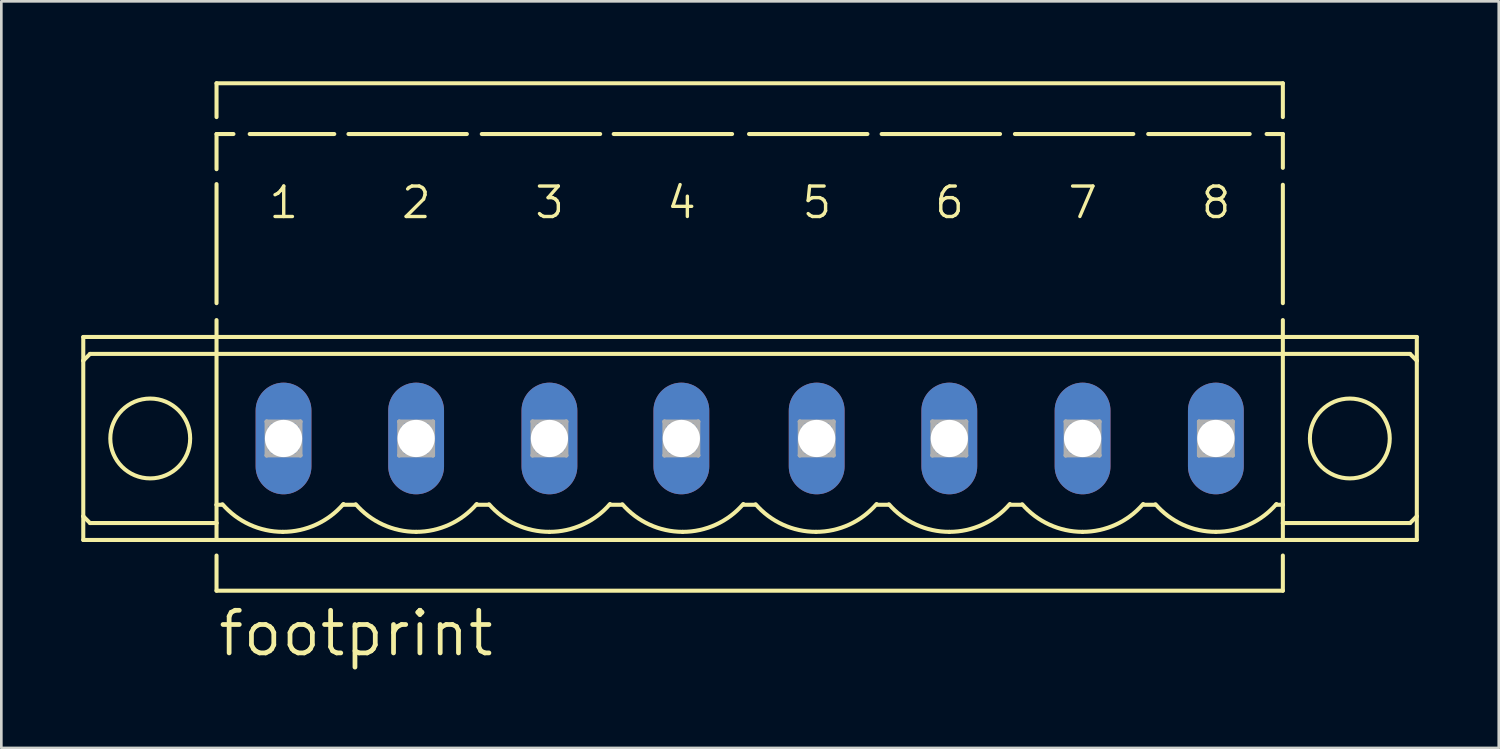
<source format=kicad_pcb>
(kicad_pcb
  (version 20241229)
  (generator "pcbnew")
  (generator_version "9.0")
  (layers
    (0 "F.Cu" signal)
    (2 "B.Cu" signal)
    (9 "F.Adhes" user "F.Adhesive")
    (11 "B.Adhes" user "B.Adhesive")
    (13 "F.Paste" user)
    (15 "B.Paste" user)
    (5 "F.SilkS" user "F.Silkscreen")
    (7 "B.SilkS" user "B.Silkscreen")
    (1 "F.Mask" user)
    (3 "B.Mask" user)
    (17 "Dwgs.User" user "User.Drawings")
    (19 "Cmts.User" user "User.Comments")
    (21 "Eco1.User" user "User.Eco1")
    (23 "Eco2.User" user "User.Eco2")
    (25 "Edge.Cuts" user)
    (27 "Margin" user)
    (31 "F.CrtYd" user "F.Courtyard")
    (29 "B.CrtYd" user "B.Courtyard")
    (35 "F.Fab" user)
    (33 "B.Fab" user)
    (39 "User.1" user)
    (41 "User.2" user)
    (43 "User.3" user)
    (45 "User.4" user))
  (footprint "footprint"
    (layer "F.Cu")
    (at 25.094 13.411)
    (property "Reference" "footprint" (at -20.04 8.255 0) (layer "F.SilkS") (effects (font (size 1.6 1.6) (thickness 0.178)) (justify left bottom)))
    (fp_line (start -25.018 -2.921) (end -25.018 -3.81) (stroke (width 0.152) (type solid)) (layer "F.SilkS"))
    (fp_line (start -25.018 -2.921) (end -25.018 2.921) (stroke (width 0.152) (type solid)) (layer "F.SilkS"))
    (fp_line (start -25.018 2.921) (end -25.018 3.81) (stroke (width 0.152) (type solid)) (layer "F.SilkS"))
    (fp_line (start -24.764 -3.175) (end -25.018 -2.921) (stroke (width 0.152) (type solid)) (layer "F.SilkS"))
    (fp_line (start -24.764 -3.175) (end -20.015 -3.175) (stroke (width 0.152) (type solid)) (layer "F.SilkS"))
    (fp_line (start -24.764 3.175) (end -25.018 2.921) (stroke (width 0.152) (type solid)) (layer "F.SilkS"))
    (fp_line (start -20.015 -13.335) (end -20.015 -12.065) (stroke (width 0.152) (type solid)) (layer "F.SilkS"))
    (fp_line (start -20.015 -11.43) (end -20.015 -10.109) (stroke (width 0.152) (type solid)) (layer "F.SilkS"))
    (fp_line (start -20.015 -11.43) (end -19.38 -11.43) (stroke (width 0.152) (type solid)) (layer "F.SilkS"))
    (fp_line (start -20.015 -9.55) (end -20.015 -5.08) (stroke (width 0.152) (type solid)) (layer "F.SilkS"))
    (fp_line (start -20.015 -4.445) (end -20.015 -3.81) (stroke (width 0.152) (type solid)) (layer "F.SilkS"))
    (fp_line (start -20.015 -3.81) (end -25.018 -3.81) (stroke (width 0.152) (type solid)) (layer "F.SilkS"))
    (fp_line (start -20.015 -3.81) (end -20.015 -3.175) (stroke (width 0.152) (type solid)) (layer "F.SilkS"))
    (fp_line (start -20.015 -3.81) (end 20.016 -3.81) (stroke (width 0.152) (type solid)) (layer "F.SilkS"))
    (fp_line (start -20.015 -3.175) (end -20.015 2.489) (stroke (width 0.152) (type solid)) (layer "F.SilkS"))
    (fp_line (start -20.015 -3.175) (end 20.016 -3.175) (stroke (width 0.152) (type solid)) (layer "F.SilkS"))
    (fp_line (start -20.015 2.489) (end -20.015 3.175) (stroke (width 0.152) (type solid)) (layer "F.SilkS"))
    (fp_line (start -20.015 2.489) (end -19.811 2.489) (stroke (width 0.152) (type solid)) (layer "F.SilkS"))
    (fp_line (start -20.015 3.175) (end -24.764 3.175) (stroke (width 0.152) (type solid)) (layer "F.SilkS"))
    (fp_line (start -20.015 3.175) (end -20.015 3.81) (stroke (width 0.152) (type solid)) (layer "F.SilkS"))
    (fp_line (start -20.015 3.81) (end -25.018 3.81) (stroke (width 0.152) (type solid)) (layer "F.SilkS"))
    (fp_line (start -20.015 3.81) (end 20.016 3.81) (stroke (width 0.152) (type solid)) (layer "F.SilkS"))
    (fp_line (start -20.015 4.394) (end -20.015 5.715) (stroke (width 0.152) (type solid)) (layer "F.SilkS"))
    (fp_line (start -18.77 -11.43) (end -15.595 -11.43) (stroke (width 0.152) (type solid)) (layer "F.SilkS"))
    (fp_line (start -15.265 2.489) (end -14.808 2.489) (stroke (width 0.152) (type solid)) (layer "F.SilkS"))
    (fp_line (start -15.062 -11.43) (end -10.617 -11.43) (stroke (width 0.152) (type solid)) (layer "F.SilkS"))
    (fp_line (start -10.261 2.489) (end -9.804 2.489) (stroke (width 0.152) (type solid)) (layer "F.SilkS"))
    (fp_line (start -10.058 -11.43) (end -5.613 -11.43) (stroke (width 0.152) (type solid)) (layer "F.SilkS"))
    (fp_line (start -5.257 2.489) (end -4.8 2.489) (stroke (width 0.152) (type solid)) (layer "F.SilkS"))
    (fp_line (start -5.105 -11.43) (end -0.66 -11.43) (stroke (width 0.152) (type solid)) (layer "F.SilkS"))
    (fp_line (start -0.228 2.489) (end 0.204 2.489) (stroke (width 0.152) (type solid)) (layer "F.SilkS"))
    (fp_line (start -0.025 -11.43) (end 4.42 -11.43) (stroke (width 0.152) (type solid)) (layer "F.SilkS"))
    (fp_line (start 4.801 2.489) (end 5.208 2.489) (stroke (width 0.152) (type solid)) (layer "F.SilkS"))
    (fp_line (start 4.954 -11.43) (end 9.399 -11.43) (stroke (width 0.152) (type solid)) (layer "F.SilkS"))
    (fp_line (start 9.805 2.489) (end 10.211 2.489) (stroke (width 0.152) (type solid)) (layer "F.SilkS"))
    (fp_line (start 9.957 -11.43) (end 14.402 -11.43) (stroke (width 0.152) (type solid)) (layer "F.SilkS"))
    (fp_line (start 14.809 2.489) (end 15.215 2.489) (stroke (width 0.152) (type solid)) (layer "F.SilkS"))
    (fp_line (start 14.961 -11.43) (end 18.771 -11.43) (stroke (width 0.152) (type solid)) (layer "F.SilkS"))
    (fp_line (start 19.406 -11.43) (end 20.016 -11.43) (stroke (width 0.152) (type solid)) (layer "F.SilkS"))
    (fp_line (start 19.762 2.489) (end 20.016 2.489) (stroke (width 0.152) (type solid)) (layer "F.SilkS"))
    (fp_line (start 20.016 -13.335) (end -20.015 -13.335) (stroke (width 0.152) (type solid)) (layer "F.SilkS"))
    (fp_line (start 20.016 -13.335) (end 20.016 -12.065) (stroke (width 0.152) (type solid)) (layer "F.SilkS"))
    (fp_line (start 20.016 -11.43) (end 20.016 -10.16) (stroke (width 0.152) (type solid)) (layer "F.SilkS"))
    (fp_line (start 20.016 -9.525) (end 20.016 -5.08) (stroke (width 0.152) (type solid)) (layer "F.SilkS"))
    (fp_line (start 20.016 -4.445) (end 20.016 -3.81) (stroke (width 0.152) (type solid)) (layer "F.SilkS"))
    (fp_line (start 20.016 -3.81) (end 25.045 -3.81) (stroke (width 0.152) (type solid)) (layer "F.SilkS"))
    (fp_line (start 20.016 -3.175) (end 20.016 -3.81) (stroke (width 0.152) (type solid)) (layer "F.SilkS"))
    (fp_line (start 20.016 -3.175) (end 24.791 -3.175) (stroke (width 0.152) (type solid)) (layer "F.SilkS"))
    (fp_line (start 20.016 2.489) (end 20.016 -3.175) (stroke (width 0.152) (type solid)) (layer "F.SilkS"))
    (fp_line (start 20.016 3.175) (end 20.016 2.489) (stroke (width 0.152) (type solid)) (layer "F.SilkS"))
    (fp_line (start 20.016 3.81) (end 20.016 3.175) (stroke (width 0.152) (type solid)) (layer "F.SilkS"))
    (fp_line (start 20.016 3.81) (end 25.045 3.81) (stroke (width 0.152) (type solid)) (layer "F.SilkS"))
    (fp_line (start 20.016 4.394) (end 20.016 5.715) (stroke (width 0.152) (type solid)) (layer "F.SilkS"))
    (fp_line (start 20.016 5.715) (end -20.015 5.715) (stroke (width 0.152) (type solid)) (layer "F.SilkS"))
    (fp_line (start 24.791 -3.175) (end 25.045 -2.921) (stroke (width 0.152) (type solid)) (layer "F.SilkS"))
    (fp_line (start 24.791 3.175) (end 20.016 3.175) (stroke (width 0.152) (type solid)) (layer "F.SilkS"))
    (fp_line (start 24.791 3.175) (end 25.045 2.921) (stroke (width 0.152) (type solid)) (layer "F.SilkS"))
    (fp_line (start 25.045 -2.921) (end 25.045 -3.81) (stroke (width 0.152) (type solid)) (layer "F.SilkS"))
    (fp_line (start 25.045 2.921) (end 25.045 -2.921) (stroke (width 0.152) (type solid)) (layer "F.SilkS"))
    (fp_line (start 25.045 2.921) (end 25.045 3.81) (stroke (width 0.152) (type solid)) (layer "F.SilkS"))
    (fp_arc (start -17.525399 3.5053) (mid -18.770385 3.234481) (end -19.7904 2.471) (stroke (width 0.1524) (type solid)) (layer "F.SilkS"))
    (fp_arc (start -15.2516 2.4608) (mid -16.274299 3.231631) (end -17.5254 3.5052) (stroke (width 0.1524) (type solid)) (layer "F.SilkS"))
    (fp_arc (start -12.521599 3.5052) (mid -13.766577 3.234436) (end -14.7866 2.471) (stroke (width 0.1524) (type solid)) (layer "F.SilkS"))
    (fp_arc (start -10.2478 2.4608) (mid -11.270499 3.231631) (end -12.5216 3.5052) (stroke (width 0.1524) (type solid)) (layer "F.SilkS"))
    (fp_arc (start -7.517799 3.5052) (mid -8.762777 3.234436) (end -9.7828 2.471) (stroke (width 0.1524) (type solid)) (layer "F.SilkS"))
    (fp_arc (start -5.244 2.4608) (mid -6.266699 3.231631) (end -7.5178 3.5052) (stroke (width 0.1524) (type solid)) (layer "F.SilkS"))
    (fp_arc (start -2.513999 3.5052) (mid -3.758977 3.234436) (end -4.779 2.471) (stroke (width 0.1524) (type solid)) (layer "F.SilkS"))
    (fp_arc (start -0.2402 2.4608) (mid -1.262899 3.231631) (end -2.514 3.5052) (stroke (width 0.1524) (type solid)) (layer "F.SilkS"))
    (fp_arc (start 2.4898 3.505199) (mid 1.244823 3.234435) (end 0.2248 2.471) (stroke (width 0.1524) (type solid)) (layer "F.SilkS"))
    (fp_arc (start 4.7636 2.460799) (mid 3.740901 3.231631) (end 2.4898 3.5052) (stroke (width 0.1524) (type solid)) (layer "F.SilkS"))
    (fp_arc (start 7.4936 3.505199) (mid 6.248623 3.234435) (end 5.2286 2.471) (stroke (width 0.1524) (type solid)) (layer "F.SilkS"))
    (fp_arc (start 9.7674 2.460799) (mid 8.744701 3.231631) (end 7.4936 3.5052) (stroke (width 0.1524) (type solid)) (layer "F.SilkS"))
    (fp_arc (start 12.4974 3.505199) (mid 11.252423 3.234435) (end 10.2324 2.471) (stroke (width 0.1524) (type solid)) (layer "F.SilkS"))
    (fp_arc (start 14.7712 2.460799) (mid 13.748501 3.231631) (end 12.4974 3.5052) (stroke (width 0.1524) (type solid)) (layer "F.SilkS"))
    (fp_arc (start 17.5012 3.505199) (mid 16.256223 3.234435) (end 15.2362 2.471) (stroke (width 0.1524) (type solid)) (layer "F.SilkS"))
    (fp_arc (start 19.775 2.460799) (mid 18.752301 3.231631) (end 17.5012 3.5052) (stroke (width 0.1524) (type solid)) (layer "F.SilkS"))
    (fp_circle (center -22.504 0) (end -21.005 0) (stroke (width 0.152) (type solid)) (fill no) (layer "F.SilkS"))
    (fp_circle (center 22.53 0) (end 24.029 0) (stroke (width 0.152) (type solid)) (fill no) (layer "F.SilkS"))
    (fp_line (start -18.135 -0.635) (end -18.135 0.635) (stroke (width 0.152) (type solid)) (layer "F.Fab"))
    (fp_line (start -18.135 -0.635) (end -16.865 0.635) (stroke (width 0.152) (type solid)) (layer "F.Fab"))
    (fp_line (start -18.135 0.635) (end -16.865 -0.635) (stroke (width 0.152) (type solid)) (layer "F.Fab"))
    (fp_line (start -18.135 0.635) (end -16.865 0.635) (stroke (width 0.152) (type solid)) (layer "F.Fab"))
    (fp_line (start -16.865 -0.635) (end -18.135 -0.635) (stroke (width 0.152) (type solid)) (layer "F.Fab"))
    (fp_line (start -16.865 0.635) (end -16.865 -0.635) (stroke (width 0.152) (type solid)) (layer "F.Fab"))
    (fp_line (start -13.157 -0.635) (end -13.157 0.635) (stroke (width 0.152) (type solid)) (layer "F.Fab"))
    (fp_line (start -13.157 -0.635) (end -11.887 0.635) (stroke (width 0.152) (type solid)) (layer "F.Fab"))
    (fp_line (start -13.157 0.635) (end -11.887 -0.635) (stroke (width 0.152) (type solid)) (layer "F.Fab"))
    (fp_line (start -13.157 0.635) (end -11.887 0.635) (stroke (width 0.152) (type solid)) (layer "F.Fab"))
    (fp_line (start -11.887 -0.635) (end -13.157 -0.635) (stroke (width 0.152) (type solid)) (layer "F.Fab"))
    (fp_line (start -11.887 0.635) (end -11.887 -0.635) (stroke (width 0.152) (type solid)) (layer "F.Fab"))
    (fp_line (start -8.153 -0.635) (end -8.153 0.635) (stroke (width 0.152) (type solid)) (layer "F.Fab"))
    (fp_line (start -8.153 -0.635) (end -6.883 0.635) (stroke (width 0.152) (type solid)) (layer "F.Fab"))
    (fp_line (start -8.153 0.635) (end -6.883 -0.635) (stroke (width 0.152) (type solid)) (layer "F.Fab"))
    (fp_line (start -8.153 0.635) (end -6.883 0.635) (stroke (width 0.152) (type solid)) (layer "F.Fab"))
    (fp_line (start -6.883 -0.635) (end -8.153 -0.635) (stroke (width 0.152) (type solid)) (layer "F.Fab"))
    (fp_line (start -6.883 0.635) (end -6.883 -0.635) (stroke (width 0.152) (type solid)) (layer "F.Fab"))
    (fp_line (start -3.2 -0.635) (end -3.2 0.635) (stroke (width 0.152) (type solid)) (layer "F.Fab"))
    (fp_line (start -3.2 -0.635) (end -1.93 0.635) (stroke (width 0.152) (type solid)) (layer "F.Fab"))
    (fp_line (start -3.2 0.635) (end -1.93 -0.635) (stroke (width 0.152) (type solid)) (layer "F.Fab"))
    (fp_line (start -3.2 0.635) (end -1.93 0.635) (stroke (width 0.152) (type solid)) (layer "F.Fab"))
    (fp_line (start -1.93 -0.635) (end -3.2 -0.635) (stroke (width 0.152) (type solid)) (layer "F.Fab"))
    (fp_line (start -1.93 0.635) (end -1.93 -0.635) (stroke (width 0.152) (type solid)) (layer "F.Fab"))
    (fp_line (start 1.88 -0.635) (end 1.88 0.635) (stroke (width 0.152) (type solid)) (layer "F.Fab"))
    (fp_line (start 1.88 -0.635) (end 3.15 0.635) (stroke (width 0.152) (type solid)) (layer "F.Fab"))
    (fp_line (start 1.88 0.635) (end 3.15 -0.635) (stroke (width 0.152) (type solid)) (layer "F.Fab"))
    (fp_line (start 1.88 0.635) (end 3.15 0.635) (stroke (width 0.152) (type solid)) (layer "F.Fab"))
    (fp_line (start 3.15 -0.635) (end 1.88 -0.635) (stroke (width 0.152) (type solid)) (layer "F.Fab"))
    (fp_line (start 3.15 0.635) (end 3.15 -0.635) (stroke (width 0.152) (type solid)) (layer "F.Fab"))
    (fp_line (start 6.859 -0.635) (end 6.859 0.635) (stroke (width 0.152) (type solid)) (layer "F.Fab"))
    (fp_line (start 6.859 -0.635) (end 8.129 0.635) (stroke (width 0.152) (type solid)) (layer "F.Fab"))
    (fp_line (start 6.859 0.635) (end 8.129 -0.635) (stroke (width 0.152) (type solid)) (layer "F.Fab"))
    (fp_line (start 6.859 0.635) (end 8.129 0.635) (stroke (width 0.152) (type solid)) (layer "F.Fab"))
    (fp_line (start 8.129 -0.635) (end 6.859 -0.635) (stroke (width 0.152) (type solid)) (layer "F.Fab"))
    (fp_line (start 8.129 0.635) (end 8.129 -0.635) (stroke (width 0.152) (type solid)) (layer "F.Fab"))
    (fp_line (start 11.862 -0.635) (end 11.862 0.635) (stroke (width 0.152) (type solid)) (layer "F.Fab"))
    (fp_line (start 11.862 -0.635) (end 13.132 0.635) (stroke (width 0.152) (type solid)) (layer "F.Fab"))
    (fp_line (start 11.862 0.635) (end 13.132 -0.635) (stroke (width 0.152) (type solid)) (layer "F.Fab"))
    (fp_line (start 11.862 0.635) (end 13.132 0.635) (stroke (width 0.152) (type solid)) (layer "F.Fab"))
    (fp_line (start 13.132 -0.635) (end 11.862 -0.635) (stroke (width 0.152) (type solid)) (layer "F.Fab"))
    (fp_line (start 13.132 0.635) (end 13.132 -0.635) (stroke (width 0.152) (type solid)) (layer "F.Fab"))
    (fp_line (start 16.866 -0.635) (end 16.866 0.635) (stroke (width 0.152) (type solid)) (layer "F.Fab"))
    (fp_line (start 16.866 -0.635) (end 18.136 0.635) (stroke (width 0.152) (type solid)) (layer "F.Fab"))
    (fp_line (start 16.866 0.635) (end 18.136 -0.635) (stroke (width 0.152) (type solid)) (layer "F.Fab"))
    (fp_line (start 16.866 0.635) (end 18.136 0.635) (stroke (width 0.152) (type solid)) (layer "F.Fab"))
    (fp_line (start 18.136 -0.635) (end 16.866 -0.635) (stroke (width 0.152) (type solid)) (layer "F.Fab"))
    (fp_line (start 18.136 0.635) (end 18.136 -0.635) (stroke (width 0.152) (type solid)) (layer "F.Fab"))
    (fp_text user "4" (at -1.93 -9.525 0) (layer "F.SilkS") (effects (font (size 1.143 1.143) (thickness 0.127)) (justify right top)))
    (fp_text user "2" (at -11.887 -9.525 0) (layer "F.SilkS") (effects (font (size 1.143 1.143) (thickness 0.127)) (justify right top)))
    (fp_text user "6" (at 8.129 -9.525 0) (layer "F.SilkS") (effects (font (size 1.143 1.143) (thickness 0.127)) (justify right top)))
    (fp_text user "8" (at 18.136 -9.525 0) (layer "F.SilkS") (effects (font (size 1.143 1.143) (thickness 0.127)) (justify right top)))
    (fp_text user "5" (at 3.15 -9.525 0) (layer "F.SilkS") (effects (font (size 1.143 1.143) (thickness 0.127)) (justify right top)))
    (fp_text user "1" (at -16.865 -9.525 0) (layer "F.SilkS") (effects (font (size 1.143 1.143) (thickness 0.127)) (justify right top)))
    (fp_text user "7" (at 13.132 -9.525 0) (layer "F.SilkS") (effects (font (size 1.143 1.143) (thickness 0.127)) (justify right top)))
    (fp_text user "3" (at -6.883 -9.525 0) (layer "F.SilkS") (effects (font (size 1.143 1.143) (thickness 0.127)) (justify right top)))
    (pad "1" thru_hole oval (at -17.5 0 90) (size 4.191 2.095) (drill 1.397) (layers "*.Cu" "*.Mask"))
    (pad "2" thru_hole oval (at -12.522 0 90) (size 4.191 2.095) (drill 1.397) (layers "*.Cu" "*.Mask"))
    (pad "3" thru_hole oval (at -7.518 0 90) (size 4.191 2.095) (drill 1.397) (layers "*.Cu" "*.Mask"))
    (pad "4" thru_hole oval (at -2.565 0 90) (size 4.191 2.095) (drill 1.397) (layers "*.Cu" "*.Mask"))
    (pad "5" thru_hole oval (at 2.515 0 90) (size 4.191 2.095) (drill 1.397) (layers "*.Cu" "*.Mask"))
    (pad "6" thru_hole oval (at 7.494 0 90) (size 4.191 2.095) (drill 1.397) (layers "*.Cu" "*.Mask"))
    (pad "7" thru_hole oval (at 12.497 0 90) (size 4.191 2.095) (drill 1.397) (layers "*.Cu" "*.Mask"))
    (pad "8" thru_hole oval (at 17.501 0 90) (size 4.191 2.095) (drill 1.397) (layers "*.Cu" "*.Mask")))
  (gr_rect
    (start -3 -3)
    (end 53.215 25.029)
    (stroke (width 0.1) (type default))
    (fill no)
    (layer "Edge.Cuts")))
</source>
